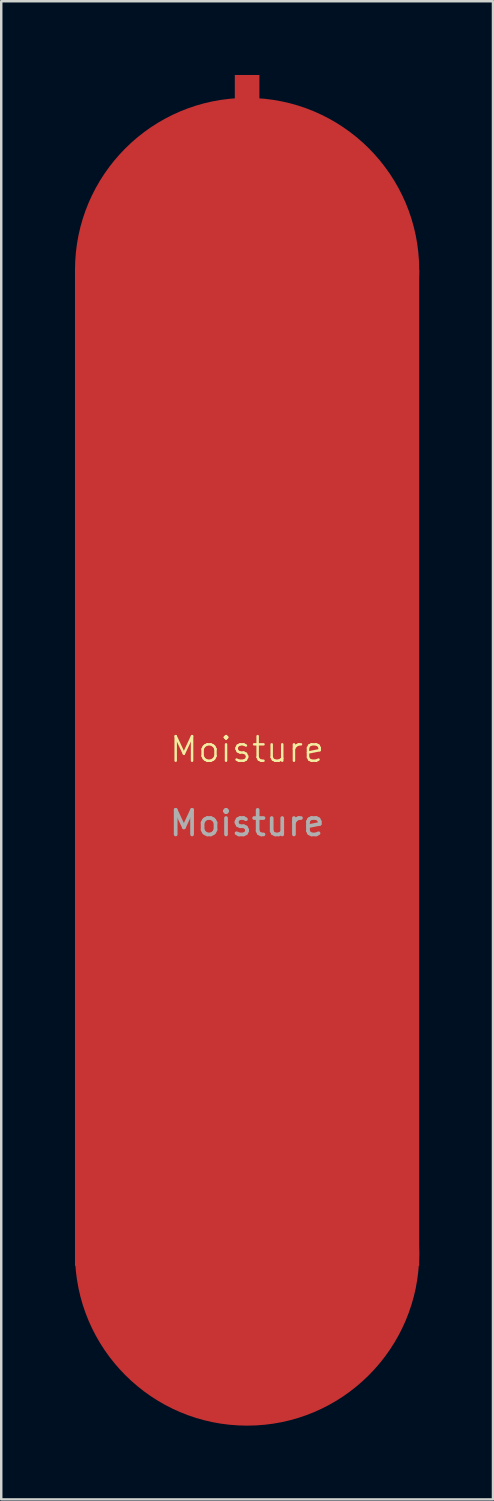
<source format=kicad_pcb>
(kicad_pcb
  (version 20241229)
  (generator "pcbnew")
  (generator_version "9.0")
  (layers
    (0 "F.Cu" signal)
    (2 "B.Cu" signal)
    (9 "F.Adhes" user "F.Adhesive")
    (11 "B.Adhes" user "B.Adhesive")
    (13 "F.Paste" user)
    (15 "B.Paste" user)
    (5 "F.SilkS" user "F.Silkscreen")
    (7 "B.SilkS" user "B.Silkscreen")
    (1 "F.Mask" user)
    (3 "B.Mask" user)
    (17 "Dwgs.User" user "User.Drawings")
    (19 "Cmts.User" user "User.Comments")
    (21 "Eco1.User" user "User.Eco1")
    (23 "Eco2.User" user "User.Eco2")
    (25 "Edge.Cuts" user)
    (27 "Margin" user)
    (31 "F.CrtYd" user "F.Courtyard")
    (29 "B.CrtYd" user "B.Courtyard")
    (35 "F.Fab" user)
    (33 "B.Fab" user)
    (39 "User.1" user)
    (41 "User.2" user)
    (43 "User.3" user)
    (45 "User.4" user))
  (footprint "Moisture"
    (layer "F.Cu")
    (at 7 27.932)
    (property "Reference" "Moisture" (at 0 -0.5 0) (unlocked yes) (layer "F.SilkS") (effects (font (size 1 1) (thickness 0.1))))
    (attr smd exclude_from_pos_files exclude_from_bom)
    (fp_rect (start -7 -20) (end 7 20.5) (stroke (width 0) (type solid)) (fill yes) (layer "F.Cu"))
    (fp_circle (center 0 -20) (end 7 -20) (stroke (width 0) (type solid)) (fill yes) (layer "F.Cu"))
    (fp_circle (center 0 20) (end 7 20) (stroke (width 0) (type solid)) (fill yes) (layer "F.Cu"))
    (fp_text user "${REFERENCE}" (at 0 2.5 0) (unlocked yes) (layer "F.Fab") (effects (font (size 1 1) (thickness 0.15))))
    (pad "1" smd rect (at 0 -27.432 90) (size 1 1) (layers "F.Cu")))
  (gr_rect
    (start -3 -3)
    (end 17 57.932)
    (stroke (width 0.1) (type default))
    (fill no)
    (layer "Edge.Cuts")))
</source>
